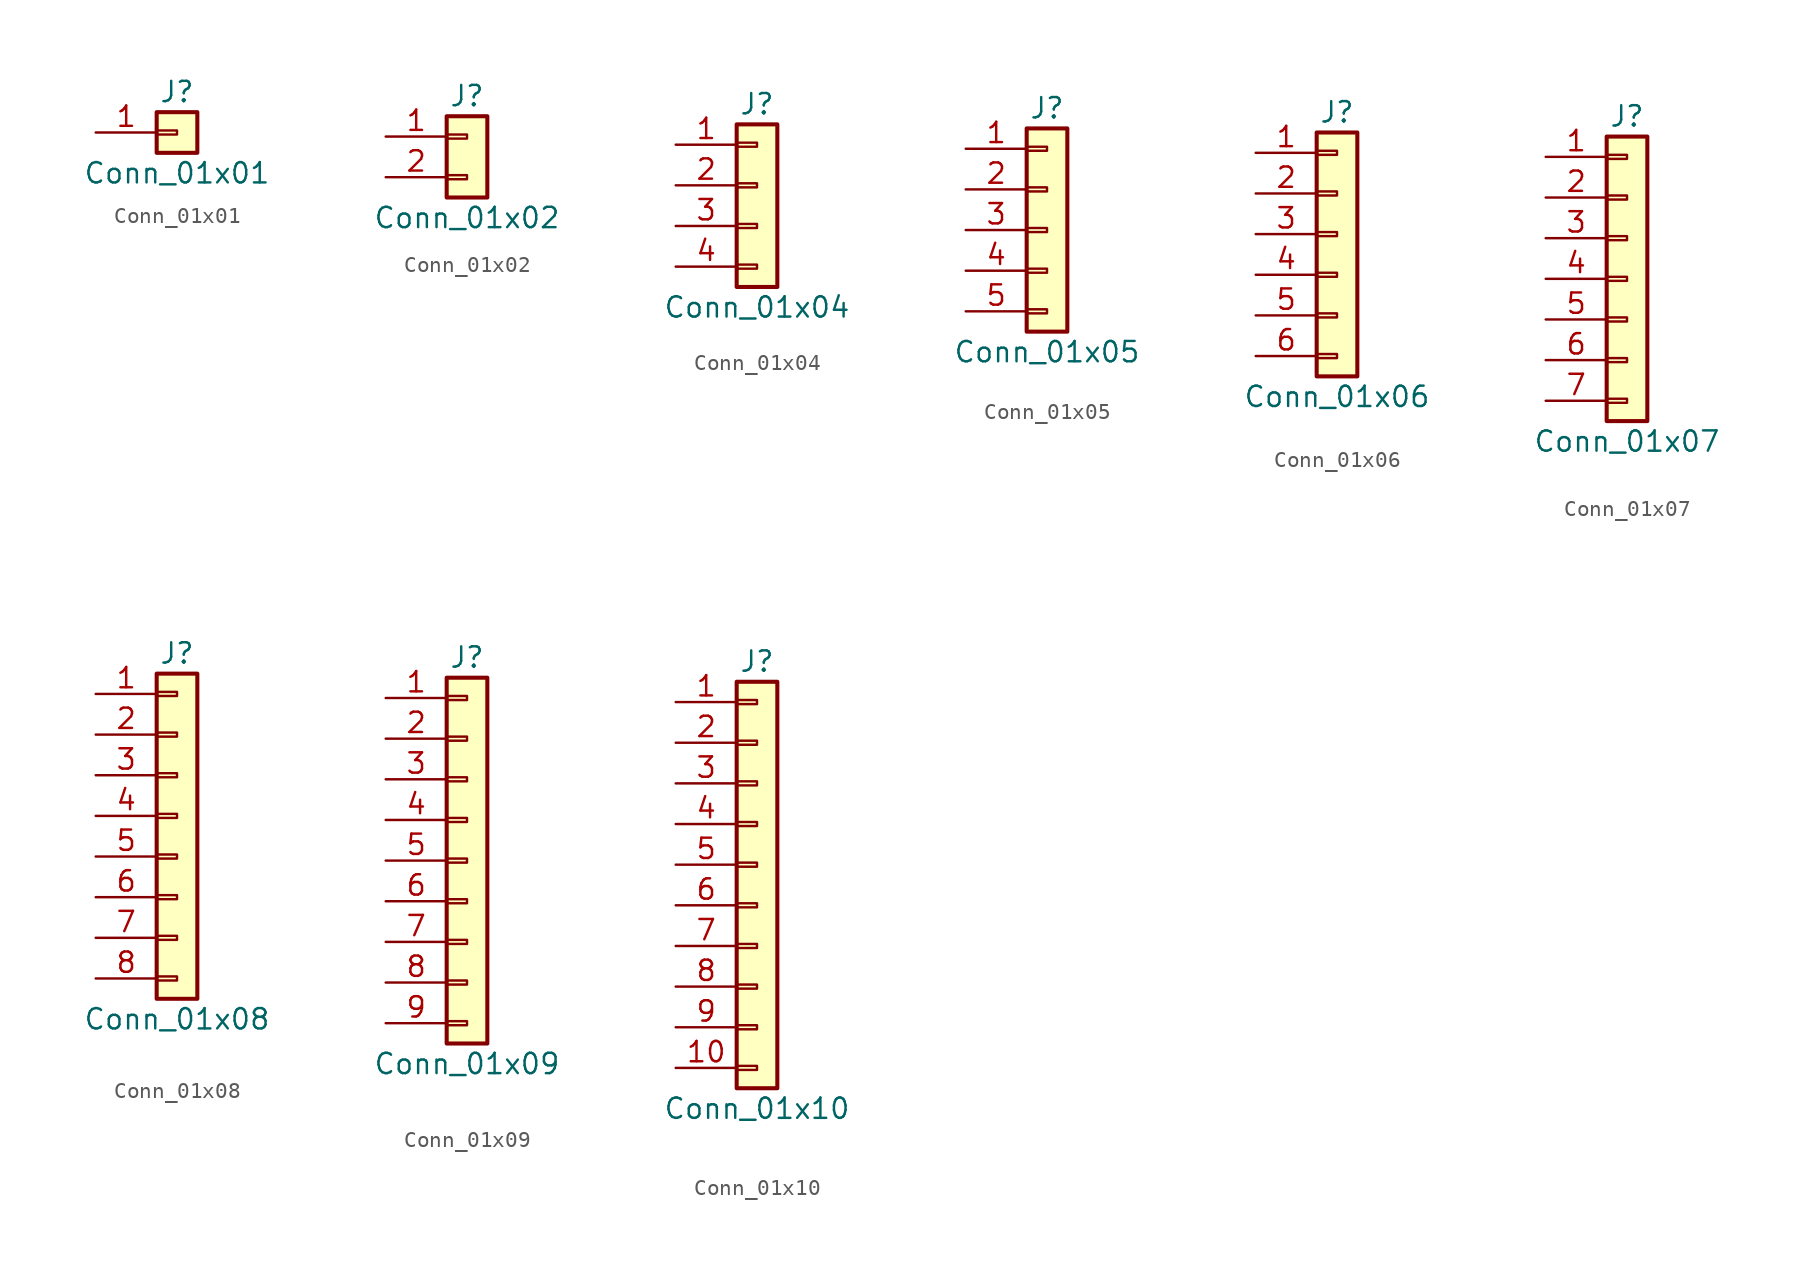
<source format=kicad_sym>
(kicad_symbol_lib
  (version 20211014)
  (generator kicad_symbol_editor)
  (symbol "Conn_01x01"
    (pin_names
      (offset 1.016) hide)
    (property "Reference" "J"
      (at 0 2.54 0)
      (effects (font (size 1.27 1.27))))
    (property "Value" "Conn_01x01"
      (at 0 -2.54 0)
      (effects (font (size 1.27 1.27))))
    (symbol "Conn_01x01_1_1"
      (rectangle (start -1.27 0.127) (end 0 -0.127) (stroke (width 0.152) (type default) (color 0 0 0 0)) (fill (type none)))
      (rectangle (start -1.27 1.27) (end 1.27 -1.27) (stroke (width 0.254) (type default) (color 0 0 0 0)) (fill (type background)))
      (pin passive line (at -5.08 0 0) (length 3.81) (name "Pin_1" (effects (font (size 1.27 1.27)))) (number "1" (effects (font (size 1.27 1.27)))))))
  (symbol "Conn_01x02"
    (pin_names
      (offset 1.016) hide)
    (property "Reference" "J"
      (at 0 2.54 0)
      (effects (font (size 1.27 1.27))))
    (property "Value" "Conn_01x02"
      (at 0 -5.08 0)
      (effects (font (size 1.27 1.27))))
    (symbol "Conn_01x02_1_1"
      (rectangle (start -1.27 -2.413) (end 0 -2.667) (stroke (width 0.152) (type default) (color 0 0 0 0)) (fill (type none)))
      (rectangle (start -1.27 0.127) (end 0 -0.127) (stroke (width 0.152) (type default) (color 0 0 0 0)) (fill (type none)))
      (rectangle (start -1.27 1.27) (end 1.27 -3.81) (stroke (width 0.254) (type default) (color 0 0 0 0)) (fill (type background)))
      (pin passive line (at -5.08 0 0) (length 3.81) (name "Pin_1" (effects (font (size 1.27 1.27)))) (number "1" (effects (font (size 1.27 1.27)))))
      (pin passive line (at -5.08 -2.54 0) (length 3.81) (name "Pin_2" (effects (font (size 1.27 1.27)))) (number "2" (effects (font (size 1.27 1.27)))))))
  (symbol "Conn_01x04"
    (pin_names
      (offset 1.016) hide)
    (property "Reference" "J"
      (at 0 5.08 0)
      (effects (font (size 1.27 1.27))))
    (property "Value" "Conn_01x04"
      (at 0 -7.62 0)
      (effects (font (size 1.27 1.27))))
    (symbol "Conn_01x04_1_1"
      (rectangle (start -1.27 -4.953) (end 0 -5.207) (stroke (width 0.152) (type default) (color 0 0 0 0)) (fill (type none)))
      (rectangle (start -1.27 -2.413) (end 0 -2.667) (stroke (width 0.152) (type default) (color 0 0 0 0)) (fill (type none)))
      (rectangle (start -1.27 0.127) (end 0 -0.127) (stroke (width 0.152) (type default) (color 0 0 0 0)) (fill (type none)))
      (rectangle (start -1.27 2.667) (end 0 2.413) (stroke (width 0.152) (type default) (color 0 0 0 0)) (fill (type none)))
      (rectangle (start -1.27 3.81) (end 1.27 -6.35) (stroke (width 0.254) (type default) (color 0 0 0 0)) (fill (type background)))
      (pin passive line (at -5.08 2.54 0) (length 3.81) (name "Pin_1" (effects (font (size 1.27 1.27)))) (number "1" (effects (font (size 1.27 1.27)))))
      (pin passive line (at -5.08 0 0) (length 3.81) (name "Pin_2" (effects (font (size 1.27 1.27)))) (number "2" (effects (font (size 1.27 1.27)))))
      (pin passive line (at -5.08 -2.54 0) (length 3.81) (name "Pin_3" (effects (font (size 1.27 1.27)))) (number "3" (effects (font (size 1.27 1.27)))))
      (pin passive line (at -5.08 -5.08 0) (length 3.81) (name "Pin_4" (effects (font (size 1.27 1.27)))) (number "4" (effects (font (size 1.27 1.27)))))))
  (symbol "Conn_01x05"
    (pin_names
      (offset 1.016) hide)
    (property "Reference" "J"
      (at 0 7.62 0)
      (effects (font (size 1.27 1.27))))
    (property "Value" "Conn_01x05"
      (at 0 -7.62 0)
      (effects (font (size 1.27 1.27))))
    (symbol "Conn_01x05_1_1"
      (rectangle (start -1.27 -4.953) (end 0 -5.207) (stroke (width 0.152) (type default) (color 0 0 0 0)) (fill (type none)))
      (rectangle (start -1.27 -2.413) (end 0 -2.667) (stroke (width 0.152) (type default) (color 0 0 0 0)) (fill (type none)))
      (rectangle (start -1.27 0.127) (end 0 -0.127) (stroke (width 0.152) (type default) (color 0 0 0 0)) (fill (type none)))
      (rectangle (start -1.27 2.667) (end 0 2.413) (stroke (width 0.152) (type default) (color 0 0 0 0)) (fill (type none)))
      (rectangle (start -1.27 5.207) (end 0 4.953) (stroke (width 0.152) (type default) (color 0 0 0 0)) (fill (type none)))
      (rectangle (start -1.27 6.35) (end 1.27 -6.35) (stroke (width 0.254) (type default) (color 0 0 0 0)) (fill (type background)))
      (pin passive line (at -5.08 5.08 0) (length 3.81) (name "Pin_1" (effects (font (size 1.27 1.27)))) (number "1" (effects (font (size 1.27 1.27)))))
      (pin passive line (at -5.08 2.54 0) (length 3.81) (name "Pin_2" (effects (font (size 1.27 1.27)))) (number "2" (effects (font (size 1.27 1.27)))))
      (pin passive line (at -5.08 0 0) (length 3.81) (name "Pin_3" (effects (font (size 1.27 1.27)))) (number "3" (effects (font (size 1.27 1.27)))))
      (pin passive line (at -5.08 -2.54 0) (length 3.81) (name "Pin_4" (effects (font (size 1.27 1.27)))) (number "4" (effects (font (size 1.27 1.27)))))
      (pin passive line (at -5.08 -5.08 0) (length 3.81) (name "Pin_5" (effects (font (size 1.27 1.27)))) (number "5" (effects (font (size 1.27 1.27)))))))
  (symbol "Conn_01x06"
    (pin_names
      (offset 1.016) hide)
    (property "Reference" "J"
      (at 0 7.62 0)
      (effects (font (size 1.27 1.27))))
    (property "Value" "Conn_01x06"
      (at 0 -10.16 0)
      (effects (font (size 1.27 1.27))))
    (symbol "Conn_01x06_1_1"
      (rectangle (start -1.27 -7.493) (end 0 -7.747) (stroke (width 0.152) (type default) (color 0 0 0 0)) (fill (type none)))
      (rectangle (start -1.27 -4.953) (end 0 -5.207) (stroke (width 0.152) (type default) (color 0 0 0 0)) (fill (type none)))
      (rectangle (start -1.27 -2.413) (end 0 -2.667) (stroke (width 0.152) (type default) (color 0 0 0 0)) (fill (type none)))
      (rectangle (start -1.27 0.127) (end 0 -0.127) (stroke (width 0.152) (type default) (color 0 0 0 0)) (fill (type none)))
      (rectangle (start -1.27 2.667) (end 0 2.413) (stroke (width 0.152) (type default) (color 0 0 0 0)) (fill (type none)))
      (rectangle (start -1.27 5.207) (end 0 4.953) (stroke (width 0.152) (type default) (color 0 0 0 0)) (fill (type none)))
      (rectangle (start -1.27 6.35) (end 1.27 -8.89) (stroke (width 0.254) (type default) (color 0 0 0 0)) (fill (type background)))
      (pin passive line (at -5.08 5.08 0) (length 3.81) (name "Pin_1" (effects (font (size 1.27 1.27)))) (number "1" (effects (font (size 1.27 1.27)))))
      (pin passive line (at -5.08 2.54 0) (length 3.81) (name "Pin_2" (effects (font (size 1.27 1.27)))) (number "2" (effects (font (size 1.27 1.27)))))
      (pin passive line (at -5.08 0 0) (length 3.81) (name "Pin_3" (effects (font (size 1.27 1.27)))) (number "3" (effects (font (size 1.27 1.27)))))
      (pin passive line (at -5.08 -2.54 0) (length 3.81) (name "Pin_4" (effects (font (size 1.27 1.27)))) (number "4" (effects (font (size 1.27 1.27)))))
      (pin passive line (at -5.08 -5.08 0) (length 3.81) (name "Pin_5" (effects (font (size 1.27 1.27)))) (number "5" (effects (font (size 1.27 1.27)))))
      (pin passive line (at -5.08 -7.62 0) (length 3.81) (name "Pin_6" (effects (font (size 1.27 1.27)))) (number "6" (effects (font (size 1.27 1.27)))))))
  (symbol "Conn_01x07"
    (pin_names
      (offset 1.016) hide)
    (property "Reference" "J"
      (at 0 10.16 0)
      (effects (font (size 1.27 1.27))))
    (property "Value" "Conn_01x07"
      (at 0 -10.16 0)
      (effects (font (size 1.27 1.27))))
    (symbol "Conn_01x07_1_1"
      (rectangle (start -1.27 -7.493) (end 0 -7.747) (stroke (width 0.152) (type default) (color 0 0 0 0)) (fill (type none)))
      (rectangle (start -1.27 -4.953) (end 0 -5.207) (stroke (width 0.152) (type default) (color 0 0 0 0)) (fill (type none)))
      (rectangle (start -1.27 -2.413) (end 0 -2.667) (stroke (width 0.152) (type default) (color 0 0 0 0)) (fill (type none)))
      (rectangle (start -1.27 0.127) (end 0 -0.127) (stroke (width 0.152) (type default) (color 0 0 0 0)) (fill (type none)))
      (rectangle (start -1.27 2.667) (end 0 2.413) (stroke (width 0.152) (type default) (color 0 0 0 0)) (fill (type none)))
      (rectangle (start -1.27 5.207) (end 0 4.953) (stroke (width 0.152) (type default) (color 0 0 0 0)) (fill (type none)))
      (rectangle (start -1.27 7.747) (end 0 7.493) (stroke (width 0.152) (type default) (color 0 0 0 0)) (fill (type none)))
      (rectangle (start -1.27 8.89) (end 1.27 -8.89) (stroke (width 0.254) (type default) (color 0 0 0 0)) (fill (type background)))
      (pin passive line (at -5.08 7.62 0) (length 3.81) (name "Pin_1" (effects (font (size 1.27 1.27)))) (number "1" (effects (font (size 1.27 1.27)))))
      (pin passive line (at -5.08 5.08 0) (length 3.81) (name "Pin_2" (effects (font (size 1.27 1.27)))) (number "2" (effects (font (size 1.27 1.27)))))
      (pin passive line (at -5.08 2.54 0) (length 3.81) (name "Pin_3" (effects (font (size 1.27 1.27)))) (number "3" (effects (font (size 1.27 1.27)))))
      (pin passive line (at -5.08 0 0) (length 3.81) (name "Pin_4" (effects (font (size 1.27 1.27)))) (number "4" (effects (font (size 1.27 1.27)))))
      (pin passive line (at -5.08 -2.54 0) (length 3.81) (name "Pin_5" (effects (font (size 1.27 1.27)))) (number "5" (effects (font (size 1.27 1.27)))))
      (pin passive line (at -5.08 -5.08 0) (length 3.81) (name "Pin_6" (effects (font (size 1.27 1.27)))) (number "6" (effects (font (size 1.27 1.27)))))
      (pin passive line (at -5.08 -7.62 0) (length 3.81) (name "Pin_7" (effects (font (size 1.27 1.27)))) (number "7" (effects (font (size 1.27 1.27)))))))
  (symbol "Conn_01x08"
    (pin_names
      (offset 1.016) hide)
    (property "Reference" "J"
      (at 0 10.16 0)
      (effects (font (size 1.27 1.27))))
    (property "Value" "Conn_01x08"
      (at 0 -12.7 0)
      (effects (font (size 1.27 1.27))))
    (symbol "Conn_01x08_1_1"
      (rectangle (start -1.27 -10.033) (end 0 -10.287) (stroke (width 0.152) (type default) (color 0 0 0 0)) (fill (type none)))
      (rectangle (start -1.27 -7.493) (end 0 -7.747) (stroke (width 0.152) (type default) (color 0 0 0 0)) (fill (type none)))
      (rectangle (start -1.27 -4.953) (end 0 -5.207) (stroke (width 0.152) (type default) (color 0 0 0 0)) (fill (type none)))
      (rectangle (start -1.27 -2.413) (end 0 -2.667) (stroke (width 0.152) (type default) (color 0 0 0 0)) (fill (type none)))
      (rectangle (start -1.27 0.127) (end 0 -0.127) (stroke (width 0.152) (type default) (color 0 0 0 0)) (fill (type none)))
      (rectangle (start -1.27 2.667) (end 0 2.413) (stroke (width 0.152) (type default) (color 0 0 0 0)) (fill (type none)))
      (rectangle (start -1.27 5.207) (end 0 4.953) (stroke (width 0.152) (type default) (color 0 0 0 0)) (fill (type none)))
      (rectangle (start -1.27 7.747) (end 0 7.493) (stroke (width 0.152) (type default) (color 0 0 0 0)) (fill (type none)))
      (rectangle (start -1.27 8.89) (end 1.27 -11.43) (stroke (width 0.254) (type default) (color 0 0 0 0)) (fill (type background)))
      (pin passive line (at -5.08 7.62 0) (length 3.81) (name "Pin_1" (effects (font (size 1.27 1.27)))) (number "1" (effects (font (size 1.27 1.27)))))
      (pin passive line (at -5.08 5.08 0) (length 3.81) (name "Pin_2" (effects (font (size 1.27 1.27)))) (number "2" (effects (font (size 1.27 1.27)))))
      (pin passive line (at -5.08 2.54 0) (length 3.81) (name "Pin_3" (effects (font (size 1.27 1.27)))) (number "3" (effects (font (size 1.27 1.27)))))
      (pin passive line (at -5.08 0 0) (length 3.81) (name "Pin_4" (effects (font (size 1.27 1.27)))) (number "4" (effects (font (size 1.27 1.27)))))
      (pin passive line (at -5.08 -2.54 0) (length 3.81) (name "Pin_5" (effects (font (size 1.27 1.27)))) (number "5" (effects (font (size 1.27 1.27)))))
      (pin passive line (at -5.08 -5.08 0) (length 3.81) (name "Pin_6" (effects (font (size 1.27 1.27)))) (number "6" (effects (font (size 1.27 1.27)))))
      (pin passive line (at -5.08 -7.62 0) (length 3.81) (name "Pin_7" (effects (font (size 1.27 1.27)))) (number "7" (effects (font (size 1.27 1.27)))))
      (pin passive line (at -5.08 -10.16 0) (length 3.81) (name "Pin_8" (effects (font (size 1.27 1.27)))) (number "8" (effects (font (size 1.27 1.27)))))))
  (symbol "Conn_01x09"
    (pin_names
      (offset 1.016) hide)
    (property "Reference" "J"
      (at 0 12.7 0)
      (effects (font (size 1.27 1.27))))
    (property "Value" "Conn_01x09"
      (at 0 -12.7 0)
      (effects (font (size 1.27 1.27))))
    (symbol "Conn_01x09_1_1"
      (rectangle (start -1.27 -10.033) (end 0 -10.287) (stroke (width 0.152) (type default) (color 0 0 0 0)) (fill (type none)))
      (rectangle (start -1.27 -7.493) (end 0 -7.747) (stroke (width 0.152) (type default) (color 0 0 0 0)) (fill (type none)))
      (rectangle (start -1.27 -4.953) (end 0 -5.207) (stroke (width 0.152) (type default) (color 0 0 0 0)) (fill (type none)))
      (rectangle (start -1.27 -2.413) (end 0 -2.667) (stroke (width 0.152) (type default) (color 0 0 0 0)) (fill (type none)))
      (rectangle (start -1.27 0.127) (end 0 -0.127) (stroke (width 0.152) (type default) (color 0 0 0 0)) (fill (type none)))
      (rectangle (start -1.27 2.667) (end 0 2.413) (stroke (width 0.152) (type default) (color 0 0 0 0)) (fill (type none)))
      (rectangle (start -1.27 5.207) (end 0 4.953) (stroke (width 0.152) (type default) (color 0 0 0 0)) (fill (type none)))
      (rectangle (start -1.27 7.747) (end 0 7.493) (stroke (width 0.152) (type default) (color 0 0 0 0)) (fill (type none)))
      (rectangle (start -1.27 10.287) (end 0 10.033) (stroke (width 0.152) (type default) (color 0 0 0 0)) (fill (type none)))
      (rectangle (start -1.27 11.43) (end 1.27 -11.43) (stroke (width 0.254) (type default) (color 0 0 0 0)) (fill (type background)))
      (pin passive line (at -5.08 10.16 0) (length 3.81) (name "Pin_1" (effects (font (size 1.27 1.27)))) (number "1" (effects (font (size 1.27 1.27)))))
      (pin passive line (at -5.08 7.62 0) (length 3.81) (name "Pin_2" (effects (font (size 1.27 1.27)))) (number "2" (effects (font (size 1.27 1.27)))))
      (pin passive line (at -5.08 5.08 0) (length 3.81) (name "Pin_3" (effects (font (size 1.27 1.27)))) (number "3" (effects (font (size 1.27 1.27)))))
      (pin passive line (at -5.08 2.54 0) (length 3.81) (name "Pin_4" (effects (font (size 1.27 1.27)))) (number "4" (effects (font (size 1.27 1.27)))))
      (pin passive line (at -5.08 0 0) (length 3.81) (name "Pin_5" (effects (font (size 1.27 1.27)))) (number "5" (effects (font (size 1.27 1.27)))))
      (pin passive line (at -5.08 -2.54 0) (length 3.81) (name "Pin_6" (effects (font (size 1.27 1.27)))) (number "6" (effects (font (size 1.27 1.27)))))
      (pin passive line (at -5.08 -5.08 0) (length 3.81) (name "Pin_7" (effects (font (size 1.27 1.27)))) (number "7" (effects (font (size 1.27 1.27)))))
      (pin passive line (at -5.08 -7.62 0) (length 3.81) (name "Pin_8" (effects (font (size 1.27 1.27)))) (number "8" (effects (font (size 1.27 1.27)))))
      (pin passive line (at -5.08 -10.16 0) (length 3.81) (name "Pin_9" (effects (font (size 1.27 1.27)))) (number "9" (effects (font (size 1.27 1.27)))))))
  (symbol "Conn_01x10"
    (pin_names
      (offset 1.016) hide)
    (property "Reference" "J"
      (at 0 12.7 0)
      (effects (font (size 1.27 1.27))))
    (property "Value" "Conn_01x10"
      (at 0 -15.24 0)
      (effects (font (size 1.27 1.27))))
    (symbol "Conn_01x10_1_1"
      (rectangle (start -1.27 -12.573) (end 0 -12.827) (stroke (width 0.152) (type default) (color 0 0 0 0)) (fill (type none)))
      (rectangle (start -1.27 -10.033) (end 0 -10.287) (stroke (width 0.152) (type default) (color 0 0 0 0)) (fill (type none)))
      (rectangle (start -1.27 -7.493) (end 0 -7.747) (stroke (width 0.152) (type default) (color 0 0 0 0)) (fill (type none)))
      (rectangle (start -1.27 -4.953) (end 0 -5.207) (stroke (width 0.152) (type default) (color 0 0 0 0)) (fill (type none)))
      (rectangle (start -1.27 -2.413) (end 0 -2.667) (stroke (width 0.152) (type default) (color 0 0 0 0)) (fill (type none)))
      (rectangle (start -1.27 0.127) (end 0 -0.127) (stroke (width 0.152) (type default) (color 0 0 0 0)) (fill (type none)))
      (rectangle (start -1.27 2.667) (end 0 2.413) (stroke (width 0.152) (type default) (color 0 0 0 0)) (fill (type none)))
      (rectangle (start -1.27 5.207) (end 0 4.953) (stroke (width 0.152) (type default) (color 0 0 0 0)) (fill (type none)))
      (rectangle (start -1.27 7.747) (end 0 7.493) (stroke (width 0.152) (type default) (color 0 0 0 0)) (fill (type none)))
      (rectangle (start -1.27 10.287) (end 0 10.033) (stroke (width 0.152) (type default) (color 0 0 0 0)) (fill (type none)))
      (rectangle (start -1.27 11.43) (end 1.27 -13.97) (stroke (width 0.254) (type default) (color 0 0 0 0)) (fill (type background)))
      (pin passive line (at -5.08 10.16 0) (length 3.81) (name "Pin_1" (effects (font (size 1.27 1.27)))) (number "1" (effects (font (size 1.27 1.27)))))
      (pin passive line (at -5.08 -12.7 0) (length 3.81) (name "Pin_10" (effects (font (size 1.27 1.27)))) (number "10" (effects (font (size 1.27 1.27)))))
      (pin passive line (at -5.08 7.62 0) (length 3.81) (name "Pin_2" (effects (font (size 1.27 1.27)))) (number "2" (effects (font (size 1.27 1.27)))))
      (pin passive line (at -5.08 5.08 0) (length 3.81) (name "Pin_3" (effects (font (size 1.27 1.27)))) (number "3" (effects (font (size 1.27 1.27)))))
      (pin passive line (at -5.08 2.54 0) (length 3.81) (name "Pin_4" (effects (font (size 1.27 1.27)))) (number "4" (effects (font (size 1.27 1.27)))))
      (pin passive line (at -5.08 0 0) (length 3.81) (name "Pin_5" (effects (font (size 1.27 1.27)))) (number "5" (effects (font (size 1.27 1.27)))))
      (pin passive line (at -5.08 -2.54 0) (length 3.81) (name "Pin_6" (effects (font (size 1.27 1.27)))) (number "6" (effects (font (size 1.27 1.27)))))
      (pin passive line (at -5.08 -5.08 0) (length 3.81) (name "Pin_7" (effects (font (size 1.27 1.27)))) (number "7" (effects (font (size 1.27 1.27)))))
      (pin passive line (at -5.08 -7.62 0) (length 3.81) (name "Pin_8" (effects (font (size 1.27 1.27)))) (number "8" (effects (font (size 1.27 1.27)))))
      (pin passive line (at -5.08 -10.16 0) (length 3.81) (name "Pin_9" (effects (font (size 1.27 1.27)))) (number "9" (effects (font (size 1.27 1.27))))))))
</source>
